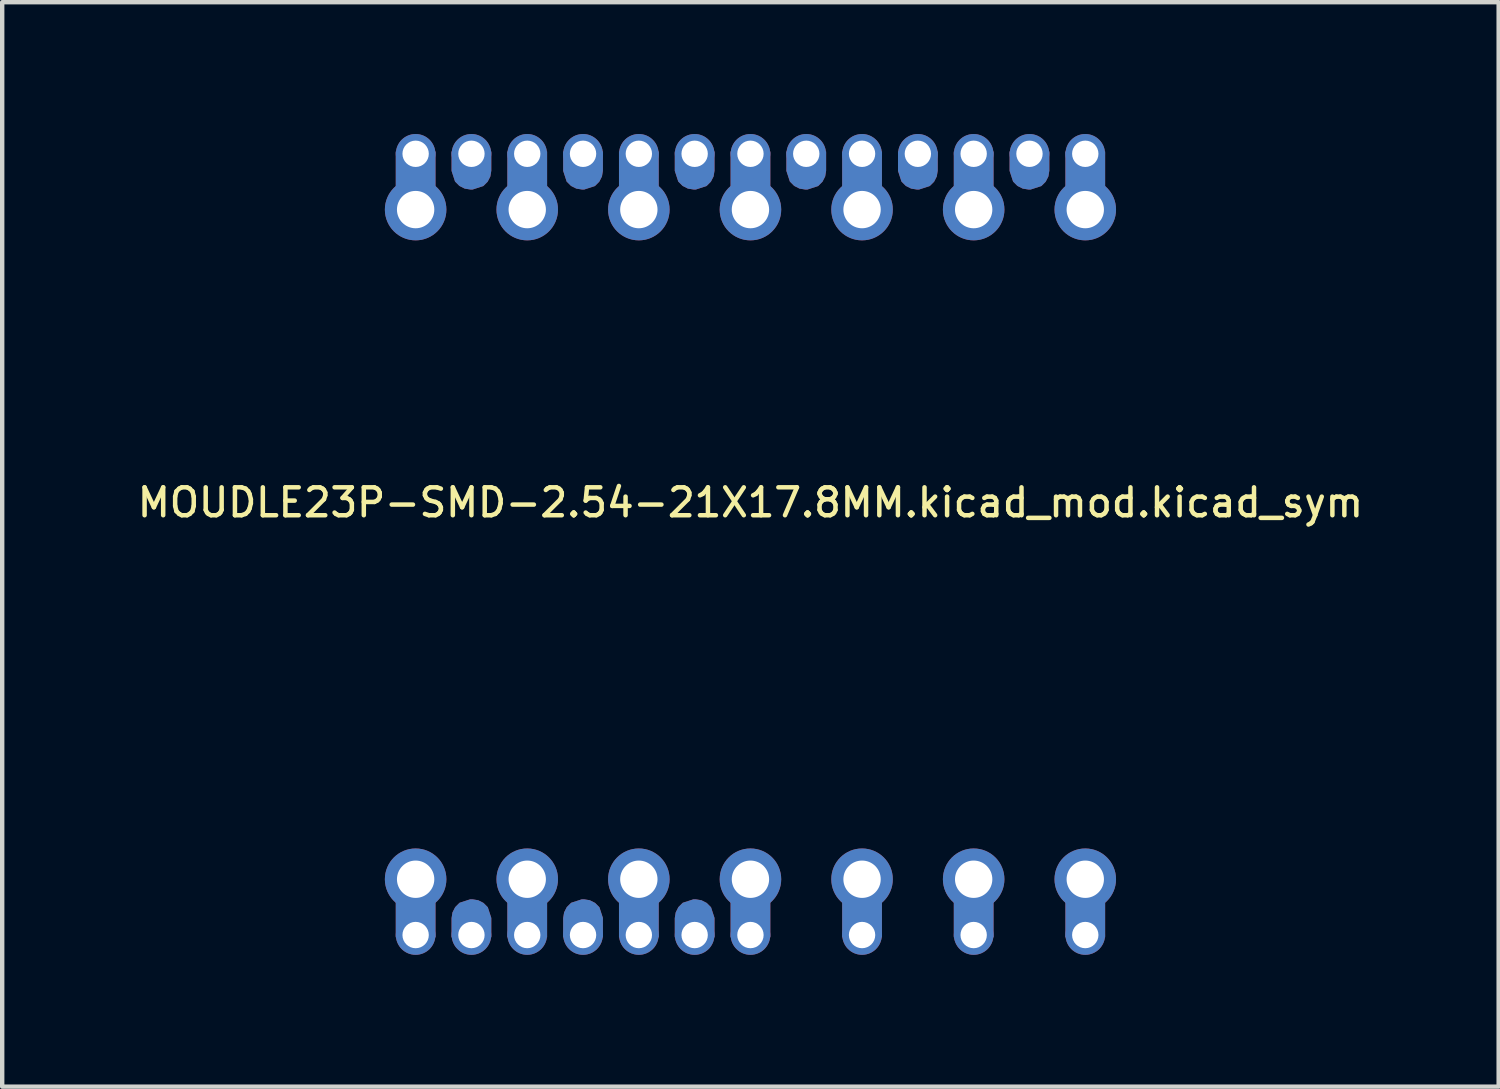
<source format=kicad_pcb>
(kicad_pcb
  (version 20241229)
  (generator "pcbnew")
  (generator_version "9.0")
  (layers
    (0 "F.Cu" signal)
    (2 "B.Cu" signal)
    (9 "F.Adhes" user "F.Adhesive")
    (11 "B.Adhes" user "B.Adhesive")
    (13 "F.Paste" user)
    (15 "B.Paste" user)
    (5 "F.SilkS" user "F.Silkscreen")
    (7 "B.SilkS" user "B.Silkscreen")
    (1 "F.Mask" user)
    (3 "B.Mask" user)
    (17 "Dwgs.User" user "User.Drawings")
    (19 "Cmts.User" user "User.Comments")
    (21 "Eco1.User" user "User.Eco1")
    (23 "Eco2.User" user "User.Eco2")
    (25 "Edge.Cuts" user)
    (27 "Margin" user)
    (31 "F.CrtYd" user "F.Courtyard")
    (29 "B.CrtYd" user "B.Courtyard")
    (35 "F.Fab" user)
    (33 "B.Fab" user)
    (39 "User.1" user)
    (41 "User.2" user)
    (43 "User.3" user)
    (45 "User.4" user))
  (footprint "MOUDLE23P-SMD-2.54-21X17.8MM.kicad_mod.kicad_sym"
    (layer "F.Cu")
    (at 14.029 9.34)
    (property "Reference" "MOUDLE23P-SMD-2.54-21X17.8MM.kicad_mod.kicad_sym" (at 0 -0.953 0) (unlocked yes) (layer "F.SilkS") (effects (font (size 0.635 0.635) (thickness 0.102))))
    (attr smd)
    (fp_rect (start -8.072 -8.941) (end -7.168 -8.077) (stroke (width 0) (type default)) (fill yes) (layer "F.Cu"))
    (fp_rect (start -8.072 8.077) (end -7.168 8.941) (stroke (width 0) (type default)) (fill yes) (layer "F.Cu"))
    (fp_rect (start -5.532 -8.941) (end -4.628 -8.077) (stroke (width 0) (type default)) (fill yes) (layer "F.Cu"))
    (fp_rect (start -5.532 8.077) (end -4.628 8.941) (stroke (width 0) (type default)) (fill yes) (layer "F.Cu"))
    (fp_rect (start -2.992 -8.941) (end -2.088 -8.077) (stroke (width 0) (type default)) (fill yes) (layer "F.Cu"))
    (fp_rect (start -2.992 8.077) (end -2.088 8.941) (stroke (width 0) (type default)) (fill yes) (layer "F.Cu"))
    (fp_rect (start -0.452 -8.941) (end 0.452 -8.077) (stroke (width 0) (type default)) (fill yes) (layer "F.Cu"))
    (fp_rect (start -0.452 8.077) (end 0.452 8.941) (stroke (width 0) (type default)) (fill yes) (layer "F.Cu"))
    (fp_rect (start 2.088 -8.941) (end 2.992 -8.077) (stroke (width 0) (type default)) (fill yes) (layer "F.Cu"))
    (fp_rect (start 2.088 8.077) (end 2.992 8.941) (stroke (width 0) (type default)) (fill yes) (layer "F.Cu"))
    (fp_rect (start 4.628 -8.941) (end 5.532 -8.077) (stroke (width 0) (type default)) (fill yes) (layer "F.Cu"))
    (fp_rect (start 4.628 8.077) (end 5.532 8.941) (stroke (width 0) (type default)) (fill yes) (layer "F.Cu"))
    (fp_rect (start 7.168 -8.941) (end 8.072 -8.077) (stroke (width 0) (type default)) (fill yes) (layer "F.Cu"))
    (fp_rect (start 7.168 8.077) (end 8.072 8.941) (stroke (width 0) (type default)) (fill yes) (layer "F.Cu"))
    (fp_poly (pts (xy -6.781 8.375) (xy -6.72 8.255) (xy -6.621 8.156) (xy -6.378 8.077) (xy -6.326 8.077) (xy -6.196 8.098) (xy -6.076 8.159) (xy -5.977 8.258) (xy -5.898 8.501) (xy -5.898 8.941) (xy -6.802 8.941) (xy -6.802 8.505)) (stroke (width 0) (type default)) (fill yes) (layer "F.Cu"))
    (fp_poly (pts (xy -5.919 -8.375) (xy -5.98 -8.255) (xy -6.079 -8.156) (xy -6.322 -8.077) (xy -6.374 -8.077) (xy -6.504 -8.098) (xy -6.624 -8.159) (xy -6.723 -8.258) (xy -6.802 -8.501) (xy -6.802 -8.941) (xy -5.898 -8.941) (xy -5.898 -8.505)) (stroke (width 0) (type default)) (fill yes) (layer "F.Cu"))
    (fp_poly (pts (xy -4.241 8.375) (xy -4.18 8.255) (xy -4.081 8.156) (xy -3.838 8.077) (xy -3.786 8.077) (xy -3.656 8.098) (xy -3.536 8.159) (xy -3.437 8.258) (xy -3.358 8.501) (xy -3.358 8.941) (xy -4.262 8.941) (xy -4.262 8.505)) (stroke (width 0) (type default)) (fill yes) (layer "F.Cu"))
    (fp_poly (pts (xy -3.379 -8.375) (xy -3.44 -8.255) (xy -3.539 -8.156) (xy -3.782 -8.077) (xy -3.834 -8.077) (xy -3.964 -8.098) (xy -4.084 -8.159) (xy -4.183 -8.258) (xy -4.262 -8.501) (xy -4.262 -8.941) (xy -3.358 -8.941) (xy -3.358 -8.505)) (stroke (width 0) (type default)) (fill yes) (layer "F.Cu"))
    (fp_poly (pts (xy -1.701 8.375) (xy -1.64 8.255) (xy -1.541 8.156) (xy -1.298 8.077) (xy -1.246 8.077) (xy -1.116 8.098) (xy -0.996 8.159) (xy -0.897 8.258) (xy -0.818 8.501) (xy -0.818 8.941) (xy -1.722 8.941) (xy -1.722 8.505)) (stroke (width 0) (type default)) (fill yes) (layer "F.Cu"))
    (fp_poly (pts (xy -0.839 -8.375) (xy -0.9 -8.255) (xy -0.999 -8.156) (xy -1.242 -8.077) (xy -1.294 -8.077) (xy -1.424 -8.098) (xy -1.544 -8.159) (xy -1.643 -8.258) (xy -1.722 -8.501) (xy -1.722 -8.941) (xy -0.818 -8.941) (xy -0.818 -8.505)) (stroke (width 0) (type default)) (fill yes) (layer "F.Cu"))
    (fp_poly (pts (xy 1.701 -8.375) (xy 1.64 -8.255) (xy 1.541 -8.156) (xy 1.298 -8.077) (xy 1.246 -8.077) (xy 1.116 -8.098) (xy 0.996 -8.159) (xy 0.897 -8.258) (xy 0.818 -8.501) (xy 0.818 -8.941) (xy 1.722 -8.941) (xy 1.722 -8.505)) (stroke (width 0) (type default)) (fill yes) (layer "F.Cu"))
    (fp_poly (pts (xy 4.241 -8.375) (xy 4.18 -8.255) (xy 4.081 -8.156) (xy 3.838 -8.077) (xy 3.786 -8.077) (xy 3.656 -8.098) (xy 3.536 -8.159) (xy 3.437 -8.258) (xy 3.358 -8.501) (xy 3.358 -8.941) (xy 4.262 -8.941) (xy 4.262 -8.505)) (stroke (width 0) (type default)) (fill yes) (layer "F.Cu"))
    (fp_poly (pts (xy 6.781 -8.375) (xy 6.72 -8.255) (xy 6.621 -8.156) (xy 6.378 -8.077) (xy 6.326 -8.077) (xy 6.196 -8.098) (xy 6.076 -8.159) (xy 5.977 -8.258) (xy 5.898 -8.501) (xy 5.898 -8.941) (xy 6.802 -8.941) (xy 6.802 -8.505)) (stroke (width 0) (type default)) (fill yes) (layer "F.Cu"))
    (fp_rect (start -8.072 -8.941) (end -7.168 -8.077) (stroke (width 0) (type default)) (fill yes) (layer "F.Mask"))
    (fp_rect (start -8.072 8.077) (end -7.168 8.941) (stroke (width 0) (type default)) (fill yes) (layer "F.Mask"))
    (fp_rect (start -5.532 -8.941) (end -4.628 -8.077) (stroke (width 0) (type default)) (fill yes) (layer "F.Mask"))
    (fp_rect (start -5.532 8.077) (end -4.628 8.941) (stroke (width 0) (type default)) (fill yes) (layer "F.Mask"))
    (fp_rect (start -2.992 -8.941) (end -2.088 -8.077) (stroke (width 0) (type default)) (fill yes) (layer "F.Mask"))
    (fp_rect (start -2.992 8.077) (end -2.088 8.941) (stroke (width 0) (type default)) (fill yes) (layer "F.Mask"))
    (fp_rect (start -0.452 -8.941) (end 0.452 -8.077) (stroke (width 0) (type default)) (fill yes) (layer "F.Mask"))
    (fp_rect (start -0.452 8.077) (end 0.452 8.941) (stroke (width 0) (type default)) (fill yes) (layer "F.Mask"))
    (fp_rect (start 2.088 -8.941) (end 2.992 -8.077) (stroke (width 0) (type default)) (fill yes) (layer "F.Mask"))
    (fp_rect (start 2.088 8.077) (end 2.992 8.941) (stroke (width 0) (type default)) (fill yes) (layer "F.Mask"))
    (fp_rect (start 4.628 -8.941) (end 5.532 -8.077) (stroke (width 0) (type default)) (fill yes) (layer "F.Mask"))
    (fp_rect (start 4.628 8.077) (end 5.532 8.941) (stroke (width 0) (type default)) (fill yes) (layer "F.Mask"))
    (fp_rect (start 7.168 -8.941) (end 8.072 -8.077) (stroke (width 0) (type default)) (fill yes) (layer "F.Mask"))
    (fp_rect (start 7.168 8.077) (end 8.072 8.941) (stroke (width 0) (type default)) (fill yes) (layer "F.Mask"))
    (fp_poly (pts (xy -6.781 8.375) (xy -6.72 8.255) (xy -6.621 8.156) (xy -6.378 8.077) (xy -6.326 8.077) (xy -6.196 8.098) (xy -6.076 8.159) (xy -5.977 8.258) (xy -5.898 8.501) (xy -5.898 8.941) (xy -6.802 8.941) (xy -6.802 8.505)) (stroke (width 0) (type default)) (fill yes) (layer "F.Mask"))
    (fp_poly (pts (xy -5.919 -8.375) (xy -5.98 -8.255) (xy -6.079 -8.156) (xy -6.322 -8.077) (xy -6.374 -8.077) (xy -6.504 -8.098) (xy -6.624 -8.159) (xy -6.723 -8.258) (xy -6.802 -8.501) (xy -6.802 -8.941) (xy -5.898 -8.941) (xy -5.898 -8.505)) (stroke (width 0) (type default)) (fill yes) (layer "F.Mask"))
    (fp_poly (pts (xy -4.241 8.375) (xy -4.18 8.255) (xy -4.081 8.156) (xy -3.838 8.077) (xy -3.786 8.077) (xy -3.656 8.098) (xy -3.536 8.159) (xy -3.437 8.258) (xy -3.358 8.501) (xy -3.358 8.941) (xy -4.262 8.941) (xy -4.262 8.505)) (stroke (width 0) (type default)) (fill yes) (layer "F.Mask"))
    (fp_poly (pts (xy -3.379 -8.375) (xy -3.44 -8.255) (xy -3.539 -8.156) (xy -3.782 -8.077) (xy -3.834 -8.077) (xy -3.964 -8.098) (xy -4.084 -8.159) (xy -4.183 -8.258) (xy -4.262 -8.501) (xy -4.262 -8.941) (xy -3.358 -8.941) (xy -3.358 -8.505)) (stroke (width 0) (type default)) (fill yes) (layer "F.Mask"))
    (fp_poly (pts (xy -1.701 8.375) (xy -1.64 8.255) (xy -1.541 8.156) (xy -1.298 8.077) (xy -1.246 8.077) (xy -1.116 8.098) (xy -0.996 8.159) (xy -0.897 8.258) (xy -0.818 8.501) (xy -0.818 8.941) (xy -1.722 8.941) (xy -1.722 8.505)) (stroke (width 0) (type default)) (fill yes) (layer "F.Mask"))
    (fp_poly (pts (xy -0.839 -8.375) (xy -0.9 -8.255) (xy -0.999 -8.156) (xy -1.242 -8.077) (xy -1.294 -8.077) (xy -1.424 -8.098) (xy -1.544 -8.159) (xy -1.643 -8.258) (xy -1.722 -8.501) (xy -1.722 -8.941) (xy -0.818 -8.941) (xy -0.818 -8.505)) (stroke (width 0) (type default)) (fill yes) (layer "F.Mask"))
    (fp_poly (pts (xy 1.701 -8.375) (xy 1.64 -8.255) (xy 1.541 -8.156) (xy 1.298 -8.077) (xy 1.246 -8.077) (xy 1.116 -8.098) (xy 0.996 -8.159) (xy 0.897 -8.258) (xy 0.818 -8.501) (xy 0.818 -8.941) (xy 1.722 -8.941) (xy 1.722 -8.505)) (stroke (width 0) (type default)) (fill yes) (layer "F.Mask"))
    (fp_poly (pts (xy 4.241 -8.375) (xy 4.18 -8.255) (xy 4.081 -8.156) (xy 3.838 -8.077) (xy 3.786 -8.077) (xy 3.656 -8.098) (xy 3.536 -8.159) (xy 3.437 -8.258) (xy 3.358 -8.501) (xy 3.358 -8.941) (xy 4.262 -8.941) (xy 4.262 -8.505)) (stroke (width 0) (type default)) (fill yes) (layer "F.Mask"))
    (fp_poly (pts (xy 6.781 -8.375) (xy 6.72 -8.255) (xy 6.621 -8.156) (xy 6.378 -8.077) (xy 6.326 -8.077) (xy 6.196 -8.098) (xy 6.076 -8.159) (xy 5.977 -8.258) (xy 5.898 -8.501) (xy 5.898 -8.941) (xy 6.802 -8.941) (xy 6.802 -8.505)) (stroke (width 0) (type default)) (fill yes) (layer "F.Mask"))
    (fp_rect (start -8.072 -8.941) (end -7.168 -8.077) (stroke (width 0) (type default)) (fill yes) (layer "B.Cu"))
    (fp_rect (start -8.072 8.077) (end -7.168 8.941) (stroke (width 0) (type default)) (fill yes) (layer "B.Cu"))
    (fp_rect (start -5.532 -8.941) (end -4.628 -8.077) (stroke (width 0) (type default)) (fill yes) (layer "B.Cu"))
    (fp_rect (start -5.532 8.077) (end -4.628 8.941) (stroke (width 0) (type default)) (fill yes) (layer "B.Cu"))
    (fp_rect (start -2.992 -8.941) (end -2.088 -8.077) (stroke (width 0) (type default)) (fill yes) (layer "B.Cu"))
    (fp_rect (start -2.992 8.077) (end -2.088 8.941) (stroke (width 0) (type default)) (fill yes) (layer "B.Cu"))
    (fp_rect (start -0.452 -8.941) (end 0.452 -8.077) (stroke (width 0) (type default)) (fill yes) (layer "B.Cu"))
    (fp_rect (start -0.452 8.077) (end 0.452 8.941) (stroke (width 0) (type default)) (fill yes) (layer "B.Cu"))
    (fp_rect (start 2.088 -8.941) (end 2.992 -8.077) (stroke (width 0) (type default)) (fill yes) (layer "B.Cu"))
    (fp_rect (start 2.088 8.077) (end 2.992 8.941) (stroke (width 0) (type default)) (fill yes) (layer "B.Cu"))
    (fp_rect (start 4.628 -8.941) (end 5.532 -8.077) (stroke (width 0) (type default)) (fill yes) (layer "B.Cu"))
    (fp_rect (start 4.628 8.077) (end 5.532 8.941) (stroke (width 0) (type default)) (fill yes) (layer "B.Cu"))
    (fp_rect (start 7.168 -8.941) (end 8.072 -8.077) (stroke (width 0) (type default)) (fill yes) (layer "B.Cu"))
    (fp_rect (start 7.168 8.077) (end 8.072 8.941) (stroke (width 0) (type default)) (fill yes) (layer "B.Cu"))
    (fp_poly (pts (xy -6.781 8.375) (xy -6.72 8.255) (xy -6.621 8.156) (xy -6.378 8.077) (xy -6.326 8.077) (xy -6.196 8.098) (xy -6.076 8.159) (xy -5.977 8.258) (xy -5.898 8.501) (xy -5.898 8.941) (xy -6.802 8.941) (xy -6.802 8.505)) (stroke (width 0) (type default)) (fill yes) (layer "B.Cu"))
    (fp_poly (pts (xy -5.919 -8.375) (xy -5.98 -8.255) (xy -6.079 -8.156) (xy -6.322 -8.077) (xy -6.374 -8.077) (xy -6.504 -8.098) (xy -6.624 -8.159) (xy -6.723 -8.258) (xy -6.802 -8.501) (xy -6.802 -8.941) (xy -5.898 -8.941) (xy -5.898 -8.505)) (stroke (width 0) (type default)) (fill yes) (layer "B.Cu"))
    (fp_poly (pts (xy -4.241 8.375) (xy -4.18 8.255) (xy -4.081 8.156) (xy -3.838 8.077) (xy -3.786 8.077) (xy -3.656 8.098) (xy -3.536 8.159) (xy -3.437 8.258) (xy -3.358 8.501) (xy -3.358 8.941) (xy -4.262 8.941) (xy -4.262 8.505)) (stroke (width 0) (type default)) (fill yes) (layer "B.Cu"))
    (fp_poly (pts (xy -3.379 -8.375) (xy -3.44 -8.255) (xy -3.539 -8.156) (xy -3.782 -8.077) (xy -3.834 -8.077) (xy -3.964 -8.098) (xy -4.084 -8.159) (xy -4.183 -8.258) (xy -4.262 -8.501) (xy -4.262 -8.941) (xy -3.358 -8.941) (xy -3.358 -8.505)) (stroke (width 0) (type default)) (fill yes) (layer "B.Cu"))
    (fp_poly (pts (xy -1.701 8.375) (xy -1.64 8.255) (xy -1.541 8.156) (xy -1.298 8.077) (xy -1.246 8.077) (xy -1.116 8.098) (xy -0.996 8.159) (xy -0.897 8.258) (xy -0.818 8.501) (xy -0.818 8.941) (xy -1.722 8.941) (xy -1.722 8.505)) (stroke (width 0) (type default)) (fill yes) (layer "B.Cu"))
    (fp_poly (pts (xy -0.839 -8.375) (xy -0.9 -8.255) (xy -0.999 -8.156) (xy -1.242 -8.077) (xy -1.294 -8.077) (xy -1.424 -8.098) (xy -1.544 -8.159) (xy -1.643 -8.258) (xy -1.722 -8.501) (xy -1.722 -8.941) (xy -0.818 -8.941) (xy -0.818 -8.505)) (stroke (width 0) (type default)) (fill yes) (layer "B.Cu"))
    (fp_poly (pts (xy 1.701 -8.375) (xy 1.64 -8.255) (xy 1.541 -8.156) (xy 1.298 -8.077) (xy 1.246 -8.077) (xy 1.116 -8.098) (xy 0.996 -8.159) (xy 0.897 -8.258) (xy 0.818 -8.501) (xy 0.818 -8.941) (xy 1.722 -8.941) (xy 1.722 -8.505)) (stroke (width 0) (type default)) (fill yes) (layer "B.Cu"))
    (fp_poly (pts (xy 4.241 -8.375) (xy 4.18 -8.255) (xy 4.081 -8.156) (xy 3.838 -8.077) (xy 3.786 -8.077) (xy 3.656 -8.098) (xy 3.536 -8.159) (xy 3.437 -8.258) (xy 3.358 -8.501) (xy 3.358 -8.941) (xy 4.262 -8.941) (xy 4.262 -8.505)) (stroke (width 0) (type default)) (fill yes) (layer "B.Cu"))
    (fp_poly (pts (xy 6.781 -8.375) (xy 6.72 -8.255) (xy 6.621 -8.156) (xy 6.378 -8.077) (xy 6.326 -8.077) (xy 6.196 -8.098) (xy 6.076 -8.159) (xy 5.977 -8.258) (xy 5.898 -8.501) (xy 5.898 -8.941) (xy 6.802 -8.941) (xy 6.802 -8.505)) (stroke (width 0) (type default)) (fill yes) (layer "B.Cu"))
    (fp_rect (start -8.072 -8.941) (end -7.168 -8.077) (stroke (width 0) (type default)) (fill yes) (layer "B.Mask"))
    (fp_rect (start -8.072 8.077) (end -7.168 8.941) (stroke (width 0) (type default)) (fill yes) (layer "B.Mask"))
    (fp_rect (start -5.532 -8.941) (end -4.628 -8.077) (stroke (width 0) (type default)) (fill yes) (layer "B.Mask"))
    (fp_rect (start -5.532 8.077) (end -4.628 8.941) (stroke (width 0) (type default)) (fill yes) (layer "B.Mask"))
    (fp_rect (start -2.992 -8.941) (end -2.088 -8.077) (stroke (width 0) (type default)) (fill yes) (layer "B.Mask"))
    (fp_rect (start -2.992 8.077) (end -2.088 8.941) (stroke (width 0) (type default)) (fill yes) (layer "B.Mask"))
    (fp_rect (start -0.452 -8.941) (end 0.452 -8.077) (stroke (width 0) (type default)) (fill yes) (layer "B.Mask"))
    (fp_rect (start -0.452 8.077) (end 0.452 8.941) (stroke (width 0) (type default)) (fill yes) (layer "B.Mask"))
    (fp_rect (start 2.088 -8.941) (end 2.992 -8.077) (stroke (width 0) (type default)) (fill yes) (layer "B.Mask"))
    (fp_rect (start 2.088 8.077) (end 2.992 8.941) (stroke (width 0) (type default)) (fill yes) (layer "B.Mask"))
    (fp_rect (start 4.628 -8.941) (end 5.532 -8.077) (stroke (width 0) (type default)) (fill yes) (layer "B.Mask"))
    (fp_rect (start 4.628 8.077) (end 5.532 8.941) (stroke (width 0) (type default)) (fill yes) (layer "B.Mask"))
    (fp_rect (start 7.168 -8.941) (end 8.072 -8.077) (stroke (width 0) (type default)) (fill yes) (layer "B.Mask"))
    (fp_rect (start 7.168 8.077) (end 8.072 8.941) (stroke (width 0) (type default)) (fill yes) (layer "B.Mask"))
    (fp_poly (pts (xy -6.781 8.375) (xy -6.72 8.255) (xy -6.621 8.156) (xy -6.378 8.077) (xy -6.326 8.077) (xy -6.196 8.098) (xy -6.076 8.159) (xy -5.977 8.258) (xy -5.898 8.501) (xy -5.898 8.941) (xy -6.802 8.941) (xy -6.802 8.505)) (stroke (width 0) (type default)) (fill yes) (layer "B.Mask"))
    (fp_poly (pts (xy -5.919 -8.375) (xy -5.98 -8.255) (xy -6.079 -8.156) (xy -6.322 -8.077) (xy -6.374 -8.077) (xy -6.504 -8.098) (xy -6.624 -8.159) (xy -6.723 -8.258) (xy -6.802 -8.501) (xy -6.802 -8.941) (xy -5.898 -8.941) (xy -5.898 -8.505)) (stroke (width 0) (type default)) (fill yes) (layer "B.Mask"))
    (fp_poly (pts (xy -4.241 8.375) (xy -4.18 8.255) (xy -4.081 8.156) (xy -3.838 8.077) (xy -3.786 8.077) (xy -3.656 8.098) (xy -3.536 8.159) (xy -3.437 8.258) (xy -3.358 8.501) (xy -3.358 8.941) (xy -4.262 8.941) (xy -4.262 8.505)) (stroke (width 0) (type default)) (fill yes) (layer "B.Mask"))
    (fp_poly (pts (xy -3.379 -8.375) (xy -3.44 -8.255) (xy -3.539 -8.156) (xy -3.782 -8.077) (xy -3.834 -8.077) (xy -3.964 -8.098) (xy -4.084 -8.159) (xy -4.183 -8.258) (xy -4.262 -8.501) (xy -4.262 -8.941) (xy -3.358 -8.941) (xy -3.358 -8.505)) (stroke (width 0) (type default)) (fill yes) (layer "B.Mask"))
    (fp_poly (pts (xy -1.701 8.375) (xy -1.64 8.255) (xy -1.541 8.156) (xy -1.298 8.077) (xy -1.246 8.077) (xy -1.116 8.098) (xy -0.996 8.159) (xy -0.897 8.258) (xy -0.818 8.501) (xy -0.818 8.941) (xy -1.722 8.941) (xy -1.722 8.505)) (stroke (width 0) (type default)) (fill yes) (layer "B.Mask"))
    (fp_poly (pts (xy -0.839 -8.375) (xy -0.9 -8.255) (xy -0.999 -8.156) (xy -1.242 -8.077) (xy -1.294 -8.077) (xy -1.424 -8.098) (xy -1.544 -8.159) (xy -1.643 -8.258) (xy -1.722 -8.501) (xy -1.722 -8.941) (xy -0.818 -8.941) (xy -0.818 -8.505)) (stroke (width 0) (type default)) (fill yes) (layer "B.Mask"))
    (fp_poly (pts (xy 1.701 -8.375) (xy 1.64 -8.255) (xy 1.541 -8.156) (xy 1.298 -8.077) (xy 1.246 -8.077) (xy 1.116 -8.098) (xy 0.996 -8.159) (xy 0.897 -8.258) (xy 0.818 -8.501) (xy 0.818 -8.941) (xy 1.722 -8.941) (xy 1.722 -8.505)) (stroke (width 0) (type default)) (fill yes) (layer "B.Mask"))
    (fp_poly (pts (xy 4.241 -8.375) (xy 4.18 -8.255) (xy 4.081 -8.156) (xy 3.838 -8.077) (xy 3.786 -8.077) (xy 3.656 -8.098) (xy 3.536 -8.159) (xy 3.437 -8.258) (xy 3.358 -8.501) (xy 3.358 -8.941) (xy 4.262 -8.941) (xy 4.262 -8.505)) (stroke (width 0) (type default)) (fill yes) (layer "B.Mask"))
    (fp_poly (pts (xy 6.781 -8.375) (xy 6.72 -8.255) (xy 6.621 -8.156) (xy 6.378 -8.077) (xy 6.326 -8.077) (xy 6.196 -8.098) (xy 6.076 -8.159) (xy 5.977 -8.258) (xy 5.898 -8.501) (xy 5.898 -8.941) (xy 6.802 -8.941) (xy 6.802 -8.505)) (stroke (width 0) (type default)) (fill yes) (layer "B.Mask"))
    (fp_line (start 10.57 4.516) (end 10.57 -4.485) (stroke (width 0.1) (type default)) (layer "User.1"))
    (fp_line (start 10.58 -4.485) (end 12.082 -4.485) (stroke (width 0.1) (type default)) (layer "User.1"))
    (fp_line (start 12.082 -4.485) (end 12.082 4.516) (stroke (width 0.1) (type default)) (layer "User.1"))
    (fp_line (start 12.082 4.516) (end 10.57 4.516) (stroke (width 0.1) (type default)) (layer "User.1"))
    (fp_rect (start 5.715 -3.81) (end 12.065 3.81) (stroke (width 0.076) (type default)) (fill no) (layer "User.1"))
    (fp_circle (center -7.62 -7.62) (end -7.493 -7.62) (stroke (width 0.025) (type default)) (fill no) (layer "User.1"))
    (fp_circle (center 7.62 7.62) (end 7.493 7.62) (stroke (width 0.025) (type default)) (fill no) (layer "User.1"))
    (pad "1" thru_hole circle (at 7.62 -8.89 180) (size 0.9 0.9) (drill 0.6) (layers "*.Cu" "*.Mask"))
    (pad "1" thru_hole circle (at 7.62 -7.62 270) (size 1.4 1.4) (drill 0.85) (layers "*.Cu" "*.Mask"))
    (pad "2" thru_hole circle (at 5.08 -8.89 180) (size 0.9 0.9) (drill 0.6) (layers "*.Cu" "*.Mask"))
    (pad "2" thru_hole circle (at 5.08 -7.62 270) (size 1.4 1.4) (drill 0.85) (layers "*.Cu" "*.Mask"))
    (pad "3" thru_hole circle (at 2.54 -8.89 180) (size 0.9 0.9) (drill 0.6) (layers "*.Cu" "*.Mask"))
    (pad "3" thru_hole circle (at 2.54 -7.62 270) (size 1.4 1.4) (drill 0.85) (layers "*.Cu" "*.Mask"))
    (pad "4" thru_hole circle (at 0 -8.89 180) (size 0.9 0.9) (drill 0.6) (layers "*.Cu" "*.Mask"))
    (pad "4" thru_hole circle (at 0 -7.62 270) (size 1.4 1.4) (drill 0.85) (layers "*.Cu" "*.Mask"))
    (pad "5" thru_hole circle (at -2.54 -8.89 180) (size 0.9 0.9) (drill 0.6) (layers "*.Cu" "*.Mask"))
    (pad "5" thru_hole circle (at -2.54 -7.62 270) (size 1.4 1.4) (drill 0.85) (layers "*.Cu" "*.Mask"))
    (pad "6" thru_hole circle (at -5.08 -8.89 180) (size 0.9 0.9) (drill 0.6) (layers "*.Cu" "*.Mask"))
    (pad "6" thru_hole circle (at -5.08 -7.62 270) (size 1.4 1.4) (drill 0.85) (layers "*.Cu" "*.Mask"))
    (pad "7" thru_hole circle (at -7.62 -8.89 180) (size 0.9 0.9) (drill 0.6) (layers "*.Cu" "*.Mask"))
    (pad "7" thru_hole circle (at -7.62 -7.62 270) (size 1.4 1.4) (drill 0.85) (layers "*.Cu" "*.Mask"))
    (pad "8" thru_hole circle (at -7.62 7.62 90) (size 1.4 1.4) (drill 0.85) (layers "*.Cu" "*.Mask"))
    (pad "8" thru_hole circle (at -7.62 8.89) (size 0.9 0.9) (drill 0.6) (layers "*.Cu" "*.Mask"))
    (pad "9" thru_hole circle (at -5.08 7.62 90) (size 1.4 1.4) (drill 0.85) (layers "*.Cu" "*.Mask"))
    (pad "9" thru_hole circle (at -5.08 8.89) (size 0.9 0.9) (drill 0.6) (layers "*.Cu" "*.Mask"))
    (pad "10" thru_hole circle (at -2.54 7.62 90) (size 1.4 1.4) (drill 0.85) (layers "*.Cu" "*.Mask"))
    (pad "10" thru_hole circle (at -2.54 8.89) (size 0.9 0.9) (drill 0.6) (layers "*.Cu" "*.Mask"))
    (pad "11" thru_hole circle (at 0 7.62 90) (size 1.4 1.4) (drill 0.85) (layers "*.Cu" "*.Mask"))
    (pad "11" thru_hole circle (at 0 8.89) (size 0.9 0.9) (drill 0.6) (layers "*.Cu" "*.Mask"))
    (pad "12" thru_hole circle (at 2.54 7.62 90) (size 1.4 1.4) (drill 0.85) (layers "*.Cu" "*.Mask"))
    (pad "12" thru_hole circle (at 2.54 8.89) (size 0.9 0.9) (drill 0.6) (layers "*.Cu" "*.Mask"))
    (pad "13" thru_hole circle (at 5.08 7.62 90) (size 1.4 1.4) (drill 0.85) (layers "*.Cu" "*.Mask"))
    (pad "13" thru_hole circle (at 5.08 8.89) (size 0.9 0.9) (drill 0.6) (layers "*.Cu" "*.Mask"))
    (pad "14" thru_hole circle (at 7.62 7.62 90) (size 1.4 1.4) (drill 0.85) (layers "*.Cu" "*.Mask"))
    (pad "14" thru_hole circle (at 7.62 8.89) (size 0.9 0.9) (drill 0.6) (layers "*.Cu" "*.Mask"))
    (pad "15" thru_hole circle (at 6.35 -8.89 180) (size 0.9 0.9) (drill 0.6) (layers "*.Cu" "*.Mask"))
    (pad "16" thru_hole circle (at 3.81 -8.89 180) (size 0.9 0.9) (drill 0.6) (layers "*.Cu" "*.Mask"))
    (pad "17" thru_hole circle (at 1.27 -8.89 180) (size 0.9 0.9) (drill 0.6) (layers "*.Cu" "*.Mask"))
    (pad "18" thru_hole circle (at -1.27 -8.89 180) (size 0.9 0.9) (drill 0.6) (layers "*.Cu" "*.Mask"))
    (pad "19" thru_hole circle (at -3.81 -8.89 180) (size 0.9 0.9) (drill 0.6) (layers "*.Cu" "*.Mask"))
    (pad "20" thru_hole circle (at -6.35 -8.89 180) (size 0.9 0.9) (drill 0.6) (layers "*.Cu" "*.Mask"))
    (pad "21" thru_hole circle (at -6.35 8.89) (size 0.9 0.9) (drill 0.6) (layers "*.Cu" "*.Mask"))
    (pad "22" thru_hole circle (at -3.81 8.89) (size 0.9 0.9) (drill 0.6) (layers "*.Cu" "*.Mask"))
    (pad "23" thru_hole circle (at -1.27 8.89) (size 0.9 0.9) (drill 0.6) (layers "*.Cu" "*.Mask")))
  (gr_rect
    (start -3 -3)
    (end 31.057 21.68)
    (stroke (width 0.1) (type default))
    (fill no)
    (layer "Edge.Cuts")))
</source>
